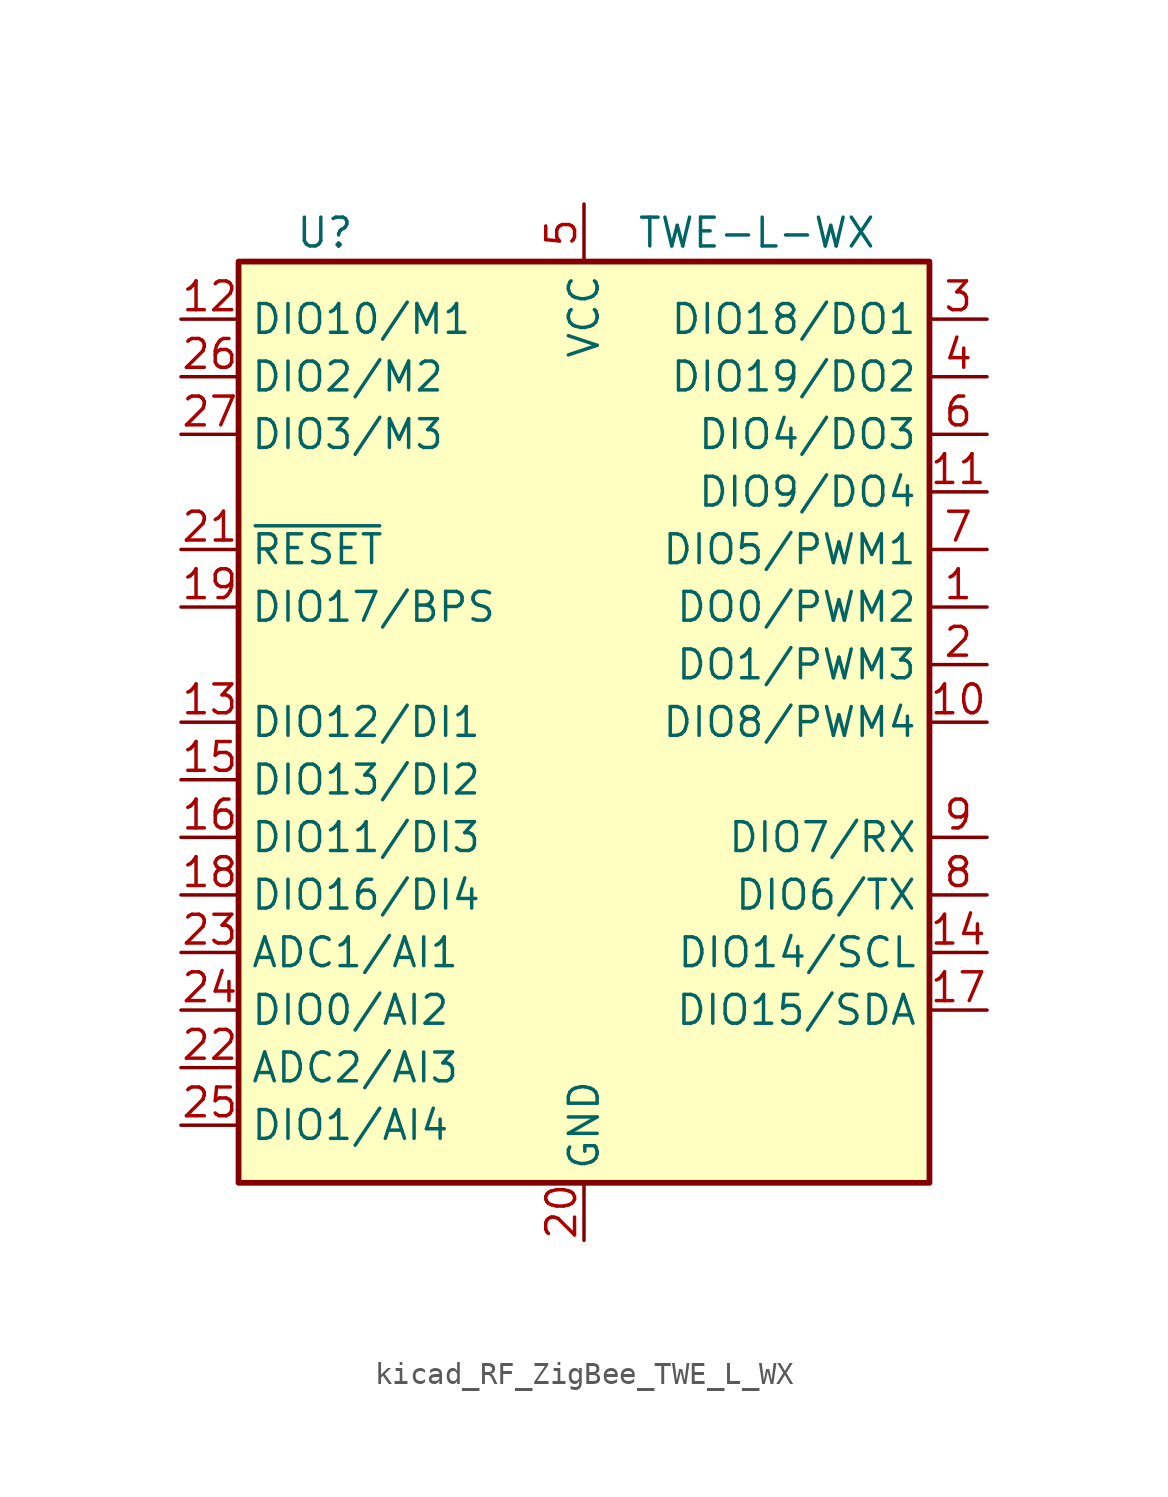
<source format=kicad_sym>
(kicad_symbol_lib
  (version 20220914)
  (generator kicad_symbol_editor)
  (symbol "kicad_RF_ZigBee_TWE_L_WX"
    (property "Reference" "U"
      (at -11.43 21.59 0)
      (effects (font (size 1.27 1.27))))
    (property "Value" "TWE-L-WX"
      (at 7.62 21.59 0)
      (effects (font (size 1.27 1.27))))
    (symbol "kicad_RF_ZigBee_TWE_L_WX_1_0"
      (rectangle (start -15.24 -20.32) (end 15.24 20.32) (stroke (width 0.254) (type default)) (fill (type background))))
    (symbol "kicad_RF_ZigBee_TWE_L_WX_1_1"
      (pin output line (at 17.78 5.08 180) (length 2.54) (name "DO0/PWM2" (effects (font (size 1.27 1.27)))) (number "1" (effects (font (size 1.27 1.27)))))
      (pin bidirectional line (at 17.78 0 180) (length 2.54) (name "DIO8/PWM4" (effects (font (size 1.27 1.27)))) (number "10" (effects (font (size 1.27 1.27)))))
      (pin bidirectional line (at 17.78 10.16 180) (length 2.54) (name "DIO9/DO4" (effects (font (size 1.27 1.27)))) (number "11" (effects (font (size 1.27 1.27)))))
      (pin bidirectional line (at -17.78 17.78 0) (length 2.54) (name "DIO10/M1" (effects (font (size 1.27 1.27)))) (number "12" (effects (font (size 1.27 1.27)))))
      (pin bidirectional line (at -17.78 0 0) (length 2.54) (name "DIO12/DI1" (effects (font (size 1.27 1.27)))) (number "13" (effects (font (size 1.27 1.27)))))
      (pin bidirectional line (at 17.78 -10.16 180) (length 2.54) (name "DIO14/SCL" (effects (font (size 1.27 1.27)))) (number "14" (effects (font (size 1.27 1.27)))))
      (pin bidirectional line (at -17.78 -2.54 0) (length 2.54) (name "DIO13/DI2" (effects (font (size 1.27 1.27)))) (number "15" (effects (font (size 1.27 1.27)))))
      (pin bidirectional line (at -17.78 -5.08 0) (length 2.54) (name "DIO11/DI3" (effects (font (size 1.27 1.27)))) (number "16" (effects (font (size 1.27 1.27)))))
      (pin bidirectional line (at 17.78 -12.7 180) (length 2.54) (name "DIO15/SDA" (effects (font (size 1.27 1.27)))) (number "17" (effects (font (size 1.27 1.27)))))
      (pin bidirectional line (at -17.78 -7.62 0) (length 2.54) (name "DIO16/DI4" (effects (font (size 1.27 1.27)))) (number "18" (effects (font (size 1.27 1.27)))))
      (pin bidirectional line (at -17.78 5.08 0) (length 2.54) (name "DIO17/BPS" (effects (font (size 1.27 1.27)))) (number "19" (effects (font (size 1.27 1.27)))))
      (pin bidirectional line (at 17.78 2.54 180) (length 2.54) (name "DO1/PWM3" (effects (font (size 1.27 1.27)))) (number "2" (effects (font (size 1.27 1.27)))))
      (pin power_in line (at 0 -22.86 90) (length 2.54) (name "GND" (effects (font (size 1.27 1.27)))) (number "20" (effects (font (size 1.27 1.27)))))
      (pin input line (at -17.78 7.62 0) (length 2.54) (name "~{RESET}" (effects (font (size 1.27 1.27)))) (number "21" (effects (font (size 1.27 1.27)))))
      (pin input line (at -17.78 -15.24 0) (length 2.54) (name "ADC2/AI3" (effects (font (size 1.27 1.27)))) (number "22" (effects (font (size 1.27 1.27)))))
      (pin input line (at -17.78 -10.16 0) (length 2.54) (name "ADC1/AI1" (effects (font (size 1.27 1.27)))) (number "23" (effects (font (size 1.27 1.27)))))
      (pin bidirectional line (at -17.78 -12.7 0) (length 2.54) (name "DIO0/AI2" (effects (font (size 1.27 1.27)))) (number "24" (effects (font (size 1.27 1.27)))))
      (pin bidirectional line (at -17.78 -17.78 0) (length 2.54) (name "DIO1/AI4" (effects (font (size 1.27 1.27)))) (number "25" (effects (font (size 1.27 1.27)))))
      (pin bidirectional line (at -17.78 15.24 0) (length 2.54) (name "DIO2/M2" (effects (font (size 1.27 1.27)))) (number "26" (effects (font (size 1.27 1.27)))))
      (pin bidirectional line (at -17.78 12.7 0) (length 2.54) (name "DIO3/M3" (effects (font (size 1.27 1.27)))) (number "27" (effects (font (size 1.27 1.27)))))
      (pin passive line (at 0 -22.86 90) (length 2.54) hide (name "GND" (effects (font (size 1.27 1.27)))) (number "28" (effects (font (size 1.27 1.27)))))
      (pin no_connect line (at 15.24 -17.78 180) (length 2.54) hide (name "NC" (effects (font (size 1.27 1.27)))) (number "29" (effects (font (size 1.27 1.27)))))
      (pin bidirectional line (at 17.78 17.78 180) (length 2.54) (name "DIO18/DO1" (effects (font (size 1.27 1.27)))) (number "3" (effects (font (size 1.27 1.27)))))
      (pin passive line (at 0 -22.86 90) (length 2.54) hide (name "GND" (effects (font (size 1.27 1.27)))) (number "30" (effects (font (size 1.27 1.27)))))
      (pin passive line (at 0 -22.86 90) (length 2.54) hide (name "GND" (effects (font (size 1.27 1.27)))) (number "31" (effects (font (size 1.27 1.27)))))
      (pin passive line (at 0 -22.86 90) (length 2.54) hide (name "GND" (effects (font (size 1.27 1.27)))) (number "32" (effects (font (size 1.27 1.27)))))
      (pin bidirectional line (at 17.78 15.24 180) (length 2.54) (name "DIO19/DO2" (effects (font (size 1.27 1.27)))) (number "4" (effects (font (size 1.27 1.27)))))
      (pin power_in line (at 0 22.86 270) (length 2.54) (name "VCC" (effects (font (size 1.27 1.27)))) (number "5" (effects (font (size 1.27 1.27)))))
      (pin bidirectional line (at 17.78 12.7 180) (length 2.54) (name "DIO4/DO3" (effects (font (size 1.27 1.27)))) (number "6" (effects (font (size 1.27 1.27)))))
      (pin bidirectional line (at 17.78 7.62 180) (length 2.54) (name "DIO5/PWM1" (effects (font (size 1.27 1.27)))) (number "7" (effects (font (size 1.27 1.27)))))
      (pin bidirectional line (at 17.78 -7.62 180) (length 2.54) (name "DIO6/TX" (effects (font (size 1.27 1.27)))) (number "8" (effects (font (size 1.27 1.27)))))
      (pin bidirectional line (at 17.78 -5.08 180) (length 2.54) (name "DIO7/RX" (effects (font (size 1.27 1.27)))) (number "9" (effects (font (size 1.27 1.27))))))))
</source>
